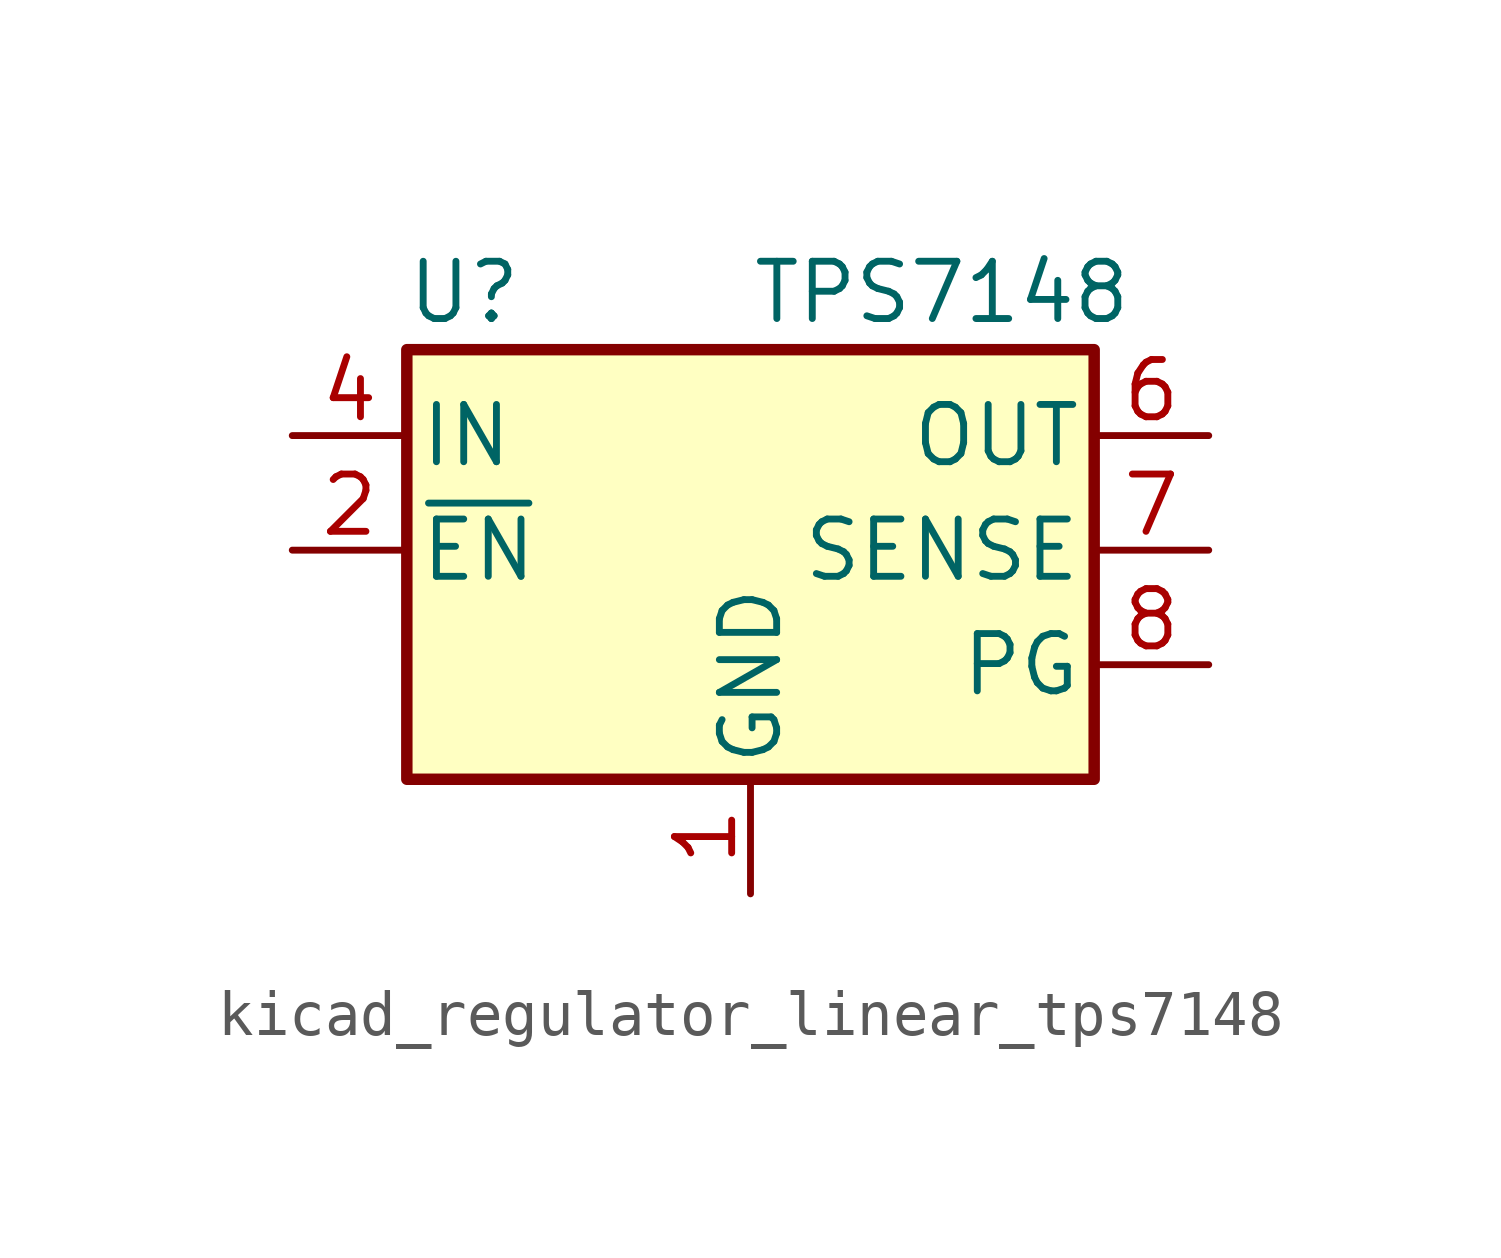
<source format=kicad_sym>
(kicad_symbol_lib
  (version 20220914)
  (generator kicad_symbol_editor)
  (symbol "kicad_regulator_linear_tps7148"
    (pin_names
      (offset 0.254))
    (property "Reference" "U"
      (at -6.35 8.255 0)
      (effects (font (size 1.27 1.27))))
    (property "Value" "TPS7148"
      (at 0 8.255 0)
      (effects (font (size 1.27 1.27)) (justify left)))
    (symbol "kicad_regulator_linear_tps7148_0_1"
      (rectangle (start -7.62 6.985) (end 7.62 -2.54) (stroke (width 0.254) (type default)) (fill (type background))))
    (symbol "kicad_regulator_linear_tps7148_1_1"
      (pin power_in line (at 0 -5.08 90) (length 2.54) (name "GND" (effects (font (size 1.27 1.27)))) (number "1" (effects (font (size 1.27 1.27)))))
      (pin input line (at -10.16 2.54 0) (length 2.54) (name "~{EN}" (effects (font (size 1.27 1.27)))) (number "2" (effects (font (size 1.27 1.27)))))
      (pin passive line (at -10.16 5.08 0) (length 2.54) hide (name "IN" (effects (font (size 1.27 1.27)))) (number "3" (effects (font (size 1.27 1.27)))))
      (pin power_in line (at -10.16 5.08 0) (length 2.54) (name "IN" (effects (font (size 1.27 1.27)))) (number "4" (effects (font (size 1.27 1.27)))))
      (pin passive line (at 10.16 5.08 180) (length 2.54) hide (name "OUT" (effects (font (size 1.27 1.27)))) (number "5" (effects (font (size 1.27 1.27)))))
      (pin power_out line (at 10.16 5.08 180) (length 2.54) (name "OUT" (effects (font (size 1.27 1.27)))) (number "6" (effects (font (size 1.27 1.27)))))
      (pin input line (at 10.16 2.54 180) (length 2.54) (name "SENSE" (effects (font (size 1.27 1.27)))) (number "7" (effects (font (size 1.27 1.27)))))
      (pin output line (at 10.16 0 180) (length 2.54) (name "PG" (effects (font (size 1.27 1.27)))) (number "8" (effects (font (size 1.27 1.27))))))))
</source>
